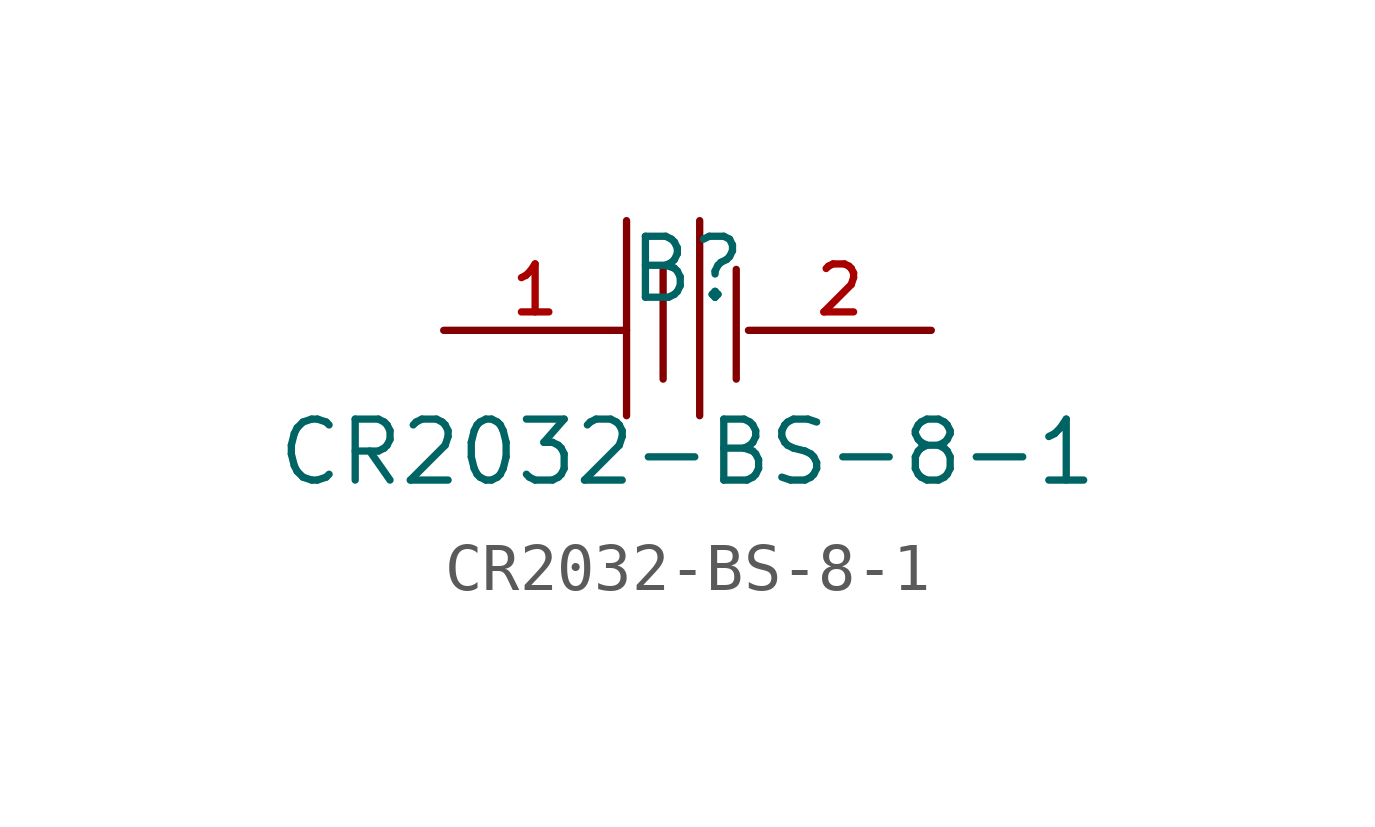
<source format=kicad_sym>
(kicad_symbol_lib
  (version 20210201)
  (generator TousstNicolas/JLC2KiCad_lib)
  (symbol "CR2032-BS-8-1"
    (pin_names hide)
    (property "Reference" "B"
      (at 0 1.27 0)
      (effects (font (size 1.27 1.27))))
    (property "Value" "CR2032-BS-8-1"
      (at 0 -2.54 0)
      (effects (font (size 1.27 1.27))))
    (symbol "CR2032-BS-8-1_0_1"
      (polyline (pts (xy -1.27 2.286) (xy -1.27 -1.778)) (stroke (width 0) (type default) (color 0 0 0 0)) (fill (type none)))
      (polyline (pts (xy -0.508 1.27) (xy -0.508 -1.016)) (stroke (width 0) (type default) (color 0 0 0 0)) (fill (type none)))
      (polyline (pts (xy 0.254 2.286) (xy 0.254 -1.778)) (stroke (width 0) (type default) (color 0 0 0 0)) (fill (type none)))
      (polyline (pts (xy 1.016 1.27) (xy 1.016 -1.016)) (stroke (width 0) (type default) (color 0 0 0 0)) (fill (type none)))
      (pin input line (at -5.08 -0.0 0) (length 3.81) (name "1" (effects (font (size 1 1)))) (number "1" (effects (font (size 1 1)))))
      (pin input line (at 5.08 -0.0 180) (length 3.81) (name "2" (effects (font (size 1 1)))) (number "2" (effects (font (size 1 1))))))))
</source>
